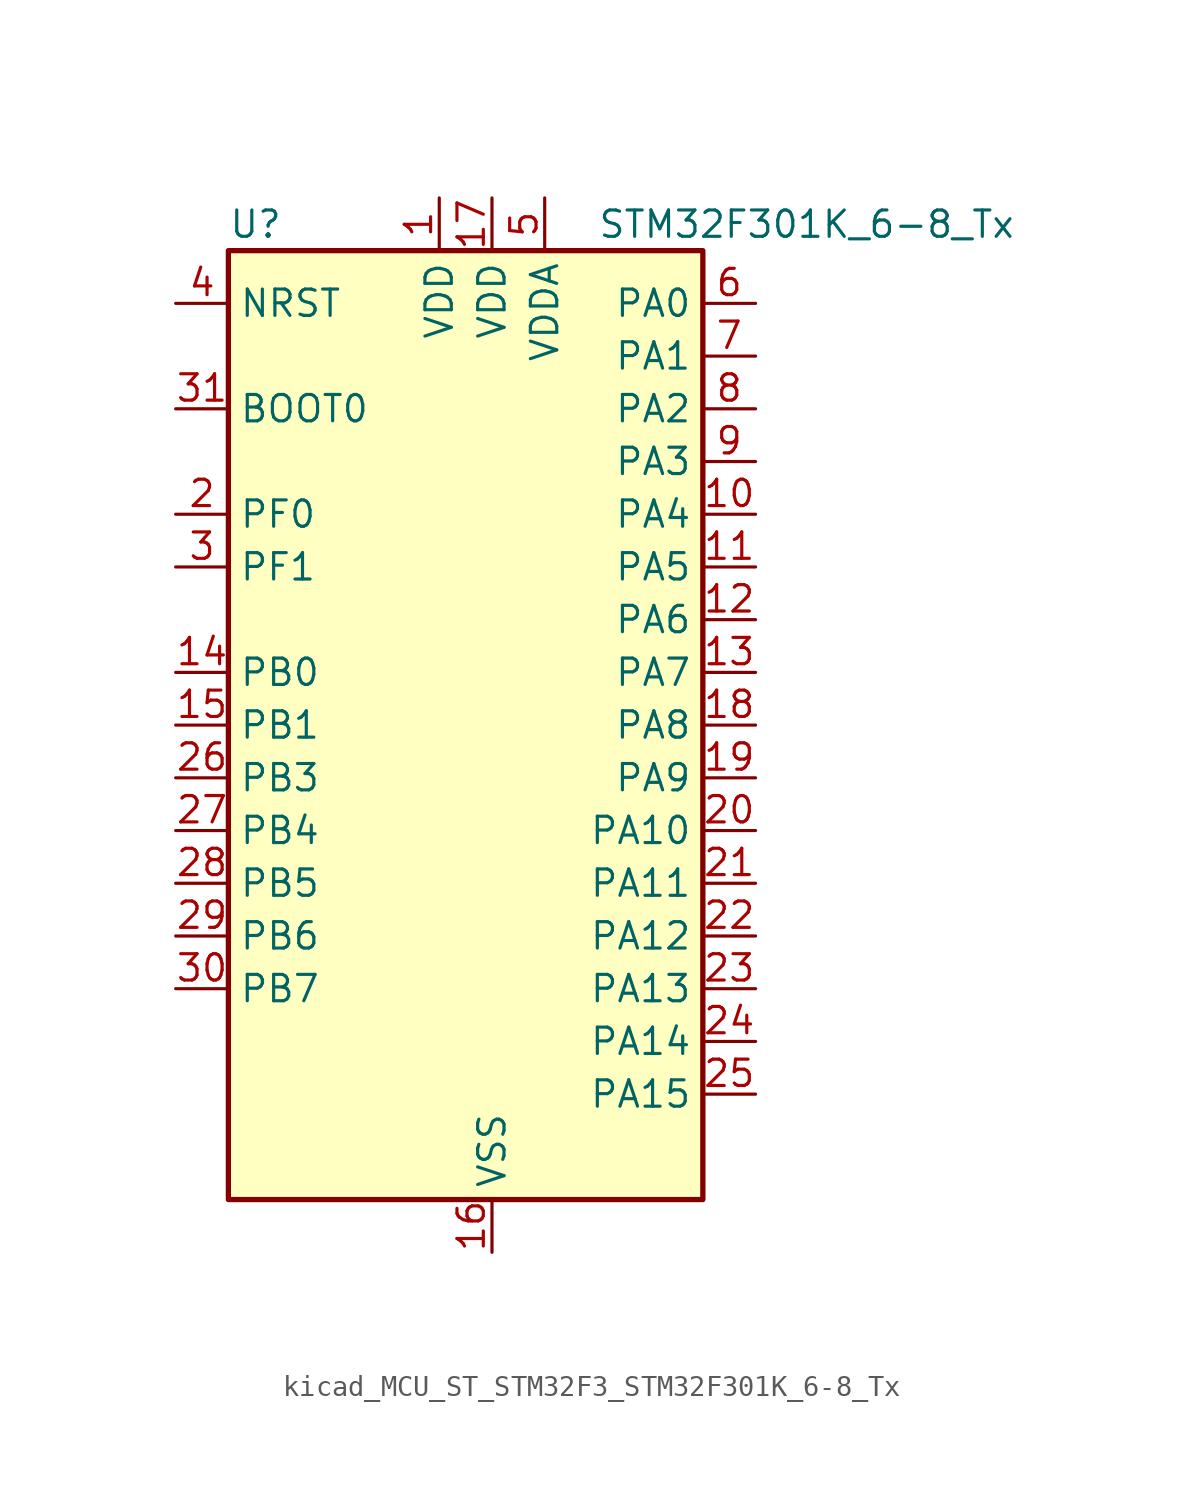
<source format=kicad_sym>
(kicad_symbol_lib
  (version 20220914)
  (generator kicad_symbol_editor)
  (symbol "kicad_MCU_ST_STM32F3_STM32F301K_6-8_Tx"
    (property "Reference" "U"
      (at -10.16 24.13 0)
      (effects (font (size 1.27 1.27)) (justify left)))
    (property "Value" "STM32F301K_6-8_Tx"
      (at 7.62 24.13 0)
      (effects (font (size 1.27 1.27)) (justify left)))
    (property "ki_locked" ""
      (at 0 0 0)
      (effects (font (size 1.27 1.27))))
    (symbol "kicad_MCU_ST_STM32F3_STM32F301K_6-8_Tx_0_1"
      (rectangle (start -10.16 -22.86) (end 12.7 22.86) (stroke (width 0.254) (type default)) (fill (type background))))
    (symbol "kicad_MCU_ST_STM32F3_STM32F301K_6-8_Tx_1_1"
      (pin power_in line (at 0 25.4 270) (length 2.54) (name "VDD" (effects (font (size 1.27 1.27)))) (number "1" (effects (font (size 1.27 1.27)))))
      (pin bidirectional line (at 15.24 10.16 180) (length 2.54) (name "PA4" (effects (font (size 1.27 1.27)))) (number "10" (effects (font (size 1.27 1.27)))) (alternate "ADC1_IN5" bidirectional line) (alternate "COMP2_INM" bidirectional line) (alternate "COMP4_INM" bidirectional line) (alternate "DAC_OUT1" bidirectional line) (alternate "I2S3_WS" bidirectional line) (alternate "SPI3_NSS" bidirectional line) (alternate "TSC_G2_IO1" bidirectional line) (alternate "USART2_CK" bidirectional line))
      (pin bidirectional line (at 15.24 7.62 180) (length 2.54) (name "PA5" (effects (font (size 1.27 1.27)))) (number "11" (effects (font (size 1.27 1.27)))) (alternate "OPAMP2_VINM" bidirectional line) (alternate "OPAMP2_VINM_SEC" bidirectional line) (alternate "TIM2_CH1" bidirectional line) (alternate "TIM2_ETR" bidirectional line) (alternate "TSC_G2_IO2" bidirectional line))
      (pin bidirectional line (at 15.24 5.08 180) (length 2.54) (name "PA6" (effects (font (size 1.27 1.27)))) (number "12" (effects (font (size 1.27 1.27)))) (alternate "ADC1_IN10" bidirectional line) (alternate "OPAMP2_VOUT" bidirectional line) (alternate "TIM16_CH1" bidirectional line) (alternate "TIM1_BKIN" bidirectional line) (alternate "TSC_G2_IO3" bidirectional line))
      (pin bidirectional line (at 15.24 2.54 180) (length 2.54) (name "PA7" (effects (font (size 1.27 1.27)))) (number "13" (effects (font (size 1.27 1.27)))) (alternate "ADC1_IN15" bidirectional line) (alternate "COMP2_INP" bidirectional line) (alternate "OPAMP2_VINP" bidirectional line) (alternate "OPAMP2_VINP_SEC" bidirectional line) (alternate "TIM17_CH1" bidirectional line) (alternate "TIM1_CH1N" bidirectional line) (alternate "TSC_G2_IO4" bidirectional line))
      (pin bidirectional line (at -12.7 2.54 0) (length 2.54) (name "PB0" (effects (font (size 1.27 1.27)))) (number "14" (effects (font (size 1.27 1.27)))) (alternate "ADC1_IN11" bidirectional line) (alternate "COMP4_INP" bidirectional line) (alternate "OPAMP2_VINP" bidirectional line) (alternate "OPAMP2_VINP_SEC" bidirectional line) (alternate "TIM1_CH2N" bidirectional line) (alternate "TSC_G3_IO2" bidirectional line))
      (pin bidirectional line (at -12.7 0 0) (length 2.54) (name "PB1" (effects (font (size 1.27 1.27)))) (number "15" (effects (font (size 1.27 1.27)))) (alternate "ADC1_IN12" bidirectional line) (alternate "COMP4_OUT" bidirectional line) (alternate "TIM1_CH3N" bidirectional line) (alternate "TSC_G3_IO3" bidirectional line))
      (pin power_in line (at 2.54 -25.4 90) (length 2.54) (name "VSS" (effects (font (size 1.27 1.27)))) (number "16" (effects (font (size 1.27 1.27)))))
      (pin power_in line (at 2.54 25.4 270) (length 2.54) (name "VDD" (effects (font (size 1.27 1.27)))) (number "17" (effects (font (size 1.27 1.27)))))
      (pin bidirectional line (at 15.24 0 180) (length 2.54) (name "PA8" (effects (font (size 1.27 1.27)))) (number "18" (effects (font (size 1.27 1.27)))) (alternate "I2C2_SMBA" bidirectional line) (alternate "I2C3_SCL" bidirectional line) (alternate "I2S2_MCK" bidirectional line) (alternate "RCC_MCO" bidirectional line) (alternate "TIM1_CH1" bidirectional line) (alternate "USART1_CK" bidirectional line))
      (pin bidirectional line (at 15.24 -2.54 180) (length 2.54) (name "PA9" (effects (font (size 1.27 1.27)))) (number "19" (effects (font (size 1.27 1.27)))) (alternate "DAC_EXTI9" bidirectional line) (alternate "I2C2_SCL" bidirectional line) (alternate "I2C3_SMBA" bidirectional line) (alternate "I2S3_MCK" bidirectional line) (alternate "TIM15_BKIN" bidirectional line) (alternate "TIM1_CH2" bidirectional line) (alternate "TIM2_CH3" bidirectional line) (alternate "TSC_G4_IO1" bidirectional line) (alternate "USART1_TX" bidirectional line))
      (pin bidirectional line (at -12.7 10.16 0) (length 2.54) (name "PF0" (effects (font (size 1.27 1.27)))) (number "2" (effects (font (size 1.27 1.27)))) (alternate "I2C2_SDA" bidirectional line) (alternate "I2S2_WS" bidirectional line) (alternate "RCC_OSC_IN" bidirectional line) (alternate "SPI2_NSS" bidirectional line) (alternate "TIM1_CH3N" bidirectional line))
      (pin bidirectional line (at 15.24 -5.08 180) (length 2.54) (name "PA10" (effects (font (size 1.27 1.27)))) (number "20" (effects (font (size 1.27 1.27)))) (alternate "I2C2_SDA" bidirectional line) (alternate "I2S2_ext_SD" bidirectional line) (alternate "SPI2_MISO" bidirectional line) (alternate "TIM17_BKIN" bidirectional line) (alternate "TIM1_CH3" bidirectional line) (alternate "TIM2_CH4" bidirectional line) (alternate "TSC_G4_IO2" bidirectional line) (alternate "USART1_RX" bidirectional line))
      (pin bidirectional line (at 15.24 -7.62 180) (length 2.54) (name "PA11" (effects (font (size 1.27 1.27)))) (number "21" (effects (font (size 1.27 1.27)))) (alternate "ADC1_EXTI11" bidirectional line) (alternate "I2S2_SD" bidirectional line) (alternate "SPI2_MOSI" bidirectional line) (alternate "TIM1_BKIN2" bidirectional line) (alternate "TIM1_CH1N" bidirectional line) (alternate "TIM1_CH4" bidirectional line) (alternate "USART1_CTS" bidirectional line))
      (pin bidirectional line (at 15.24 -10.16 180) (length 2.54) (name "PA12" (effects (font (size 1.27 1.27)))) (number "22" (effects (font (size 1.27 1.27)))) (alternate "COMP2_OUT" bidirectional line) (alternate "I2S_CKIN" bidirectional line) (alternate "TIM16_CH1" bidirectional line) (alternate "TIM1_CH2N" bidirectional line) (alternate "TIM1_ETR" bidirectional line) (alternate "USART1_DE" bidirectional line) (alternate "USART1_RTS" bidirectional line))
      (pin bidirectional line (at 15.24 -12.7 180) (length 2.54) (name "PA13" (effects (font (size 1.27 1.27)))) (number "23" (effects (font (size 1.27 1.27)))) (alternate "IR_OUT" bidirectional line) (alternate "SYS_JTMS-SWDIO" bidirectional line) (alternate "TIM16_CH1N" bidirectional line) (alternate "TSC_G4_IO3" bidirectional line))
      (pin bidirectional line (at 15.24 -15.24 180) (length 2.54) (name "PA14" (effects (font (size 1.27 1.27)))) (number "24" (effects (font (size 1.27 1.27)))) (alternate "I2C1_SDA" bidirectional line) (alternate "SYS_JTCK-SWCLK" bidirectional line) (alternate "TIM1_BKIN" bidirectional line) (alternate "TSC_G4_IO4" bidirectional line) (alternate "USART2_TX" bidirectional line))
      (pin bidirectional line (at 15.24 -17.78 180) (length 2.54) (name "PA15" (effects (font (size 1.27 1.27)))) (number "25" (effects (font (size 1.27 1.27)))) (alternate "ADC1_EXTI15" bidirectional line) (alternate "I2C1_SCL" bidirectional line) (alternate "I2S3_WS" bidirectional line) (alternate "SPI3_NSS" bidirectional line) (alternate "SYS_JTDI" bidirectional line) (alternate "TIM1_BKIN" bidirectional line) (alternate "TIM2_CH1" bidirectional line) (alternate "TIM2_ETR" bidirectional line) (alternate "TSC_SYNC" bidirectional line) (alternate "USART2_RX" bidirectional line))
      (pin bidirectional line (at -12.7 -2.54 0) (length 2.54) (name "PB3" (effects (font (size 1.27 1.27)))) (number "26" (effects (font (size 1.27 1.27)))) (alternate "I2S3_CK" bidirectional line) (alternate "SPI3_SCK" bidirectional line) (alternate "SYS_JTDO-TRACESWO" bidirectional line) (alternate "TIM2_CH2" bidirectional line) (alternate "TSC_G5_IO1" bidirectional line) (alternate "USART2_TX" bidirectional line))
      (pin bidirectional line (at -12.7 -5.08 0) (length 2.54) (name "PB4" (effects (font (size 1.27 1.27)))) (number "27" (effects (font (size 1.27 1.27)))) (alternate "I2S3_ext_SD" bidirectional line) (alternate "SPI3_MISO" bidirectional line) (alternate "SYS_NJTRST" bidirectional line) (alternate "TIM16_CH1" bidirectional line) (alternate "TIM17_BKIN" bidirectional line) (alternate "TSC_G5_IO2" bidirectional line) (alternate "USART2_RX" bidirectional line))
      (pin bidirectional line (at -12.7 -7.62 0) (length 2.54) (name "PB5" (effects (font (size 1.27 1.27)))) (number "28" (effects (font (size 1.27 1.27)))) (alternate "I2C1_SMBA" bidirectional line) (alternate "I2C3_SDA" bidirectional line) (alternate "I2S3_SD" bidirectional line) (alternate "SPI3_MOSI" bidirectional line) (alternate "TIM16_BKIN" bidirectional line) (alternate "TIM17_CH1" bidirectional line) (alternate "USART2_CK" bidirectional line))
      (pin bidirectional line (at -12.7 -10.16 0) (length 2.54) (name "PB6" (effects (font (size 1.27 1.27)))) (number "29" (effects (font (size 1.27 1.27)))) (alternate "I2C1_SCL" bidirectional line) (alternate "TIM16_CH1N" bidirectional line) (alternate "TSC_G5_IO3" bidirectional line) (alternate "USART1_TX" bidirectional line))
      (pin bidirectional line (at -12.7 7.62 0) (length 2.54) (name "PF1" (effects (font (size 1.27 1.27)))) (number "3" (effects (font (size 1.27 1.27)))) (alternate "I2C2_SCL" bidirectional line) (alternate "I2S2_CK" bidirectional line) (alternate "RCC_OSC_OUT" bidirectional line) (alternate "SPI2_SCK" bidirectional line))
      (pin bidirectional line (at -12.7 -12.7 0) (length 2.54) (name "PB7" (effects (font (size 1.27 1.27)))) (number "30" (effects (font (size 1.27 1.27)))) (alternate "I2C1_SDA" bidirectional line) (alternate "TIM17_CH1N" bidirectional line) (alternate "TSC_G5_IO4" bidirectional line) (alternate "USART1_RX" bidirectional line))
      (pin input line (at -12.7 15.24 0) (length 2.54) (name "BOOT0" (effects (font (size 1.27 1.27)))) (number "31" (effects (font (size 1.27 1.27)))))
      (pin passive line (at 2.54 -25.4 90) (length 2.54) hide (name "VSS" (effects (font (size 1.27 1.27)))) (number "32" (effects (font (size 1.27 1.27)))))
      (pin input line (at -12.7 20.32 0) (length 2.54) (name "NRST" (effects (font (size 1.27 1.27)))) (number "4" (effects (font (size 1.27 1.27)))))
      (pin power_in line (at 5.08 25.4 270) (length 2.54) (name "VDDA" (effects (font (size 1.27 1.27)))) (number "5" (effects (font (size 1.27 1.27)))))
      (pin bidirectional line (at 15.24 20.32 180) (length 2.54) (name "PA0" (effects (font (size 1.27 1.27)))) (number "6" (effects (font (size 1.27 1.27)))) (alternate "ADC1_IN1" bidirectional line) (alternate "RTC_TAMP2" bidirectional line) (alternate "SYS_WKUP1" bidirectional line) (alternate "TIM2_CH1" bidirectional line) (alternate "TIM2_ETR" bidirectional line) (alternate "TSC_G1_IO1" bidirectional line) (alternate "USART2_CTS" bidirectional line))
      (pin bidirectional line (at 15.24 17.78 180) (length 2.54) (name "PA1" (effects (font (size 1.27 1.27)))) (number "7" (effects (font (size 1.27 1.27)))) (alternate "ADC1_IN2" bidirectional line) (alternate "RTC_REFIN" bidirectional line) (alternate "TIM15_CH1N" bidirectional line) (alternate "TIM2_CH2" bidirectional line) (alternate "TSC_G1_IO2" bidirectional line) (alternate "USART2_DE" bidirectional line) (alternate "USART2_RTS" bidirectional line))
      (pin bidirectional line (at 15.24 15.24 180) (length 2.54) (name "PA2" (effects (font (size 1.27 1.27)))) (number "8" (effects (font (size 1.27 1.27)))) (alternate "ADC1_IN3" bidirectional line) (alternate "COMP2_INM" bidirectional line) (alternate "COMP2_OUT" bidirectional line) (alternate "TIM15_CH1" bidirectional line) (alternate "TIM2_CH3" bidirectional line) (alternate "TSC_G1_IO3" bidirectional line) (alternate "USART2_TX" bidirectional line))
      (pin bidirectional line (at 15.24 12.7 180) (length 2.54) (name "PA3" (effects (font (size 1.27 1.27)))) (number "9" (effects (font (size 1.27 1.27)))) (alternate "ADC1_IN4" bidirectional line) (alternate "TIM15_CH2" bidirectional line) (alternate "TIM2_CH4" bidirectional line) (alternate "TSC_G1_IO4" bidirectional line) (alternate "USART2_RX" bidirectional line)))))
</source>
